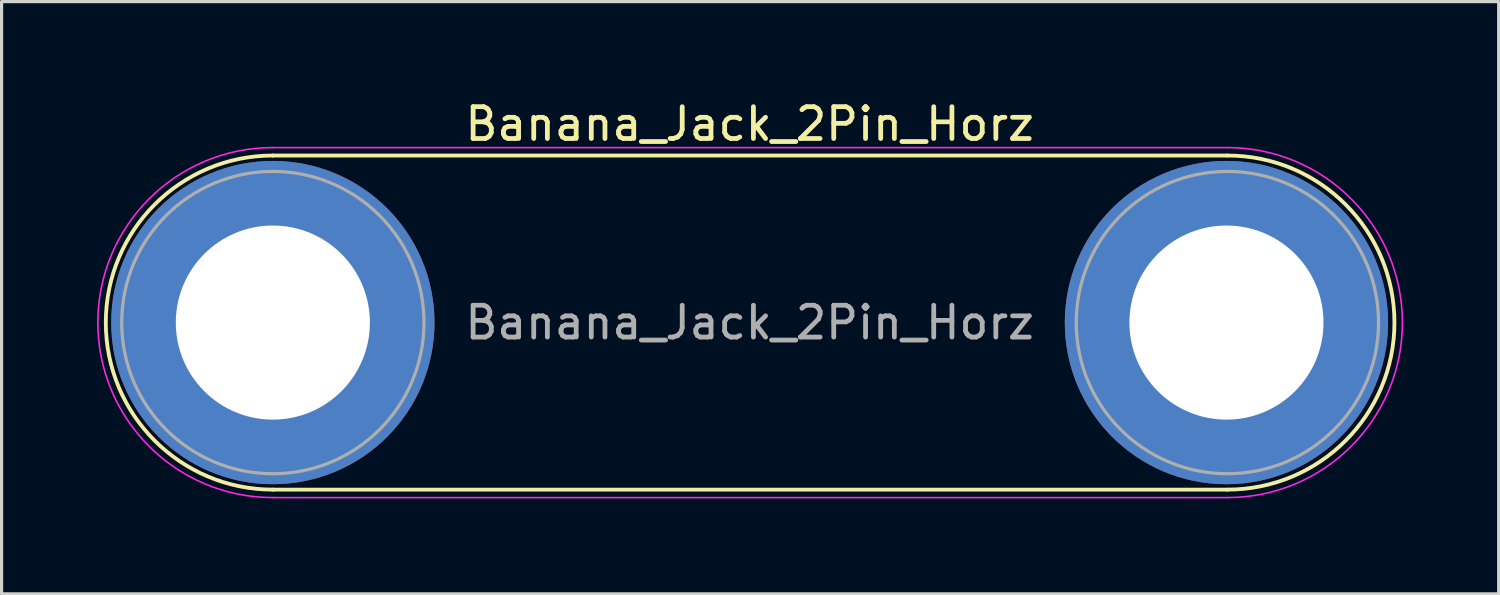
<source format=kicad_pcb>
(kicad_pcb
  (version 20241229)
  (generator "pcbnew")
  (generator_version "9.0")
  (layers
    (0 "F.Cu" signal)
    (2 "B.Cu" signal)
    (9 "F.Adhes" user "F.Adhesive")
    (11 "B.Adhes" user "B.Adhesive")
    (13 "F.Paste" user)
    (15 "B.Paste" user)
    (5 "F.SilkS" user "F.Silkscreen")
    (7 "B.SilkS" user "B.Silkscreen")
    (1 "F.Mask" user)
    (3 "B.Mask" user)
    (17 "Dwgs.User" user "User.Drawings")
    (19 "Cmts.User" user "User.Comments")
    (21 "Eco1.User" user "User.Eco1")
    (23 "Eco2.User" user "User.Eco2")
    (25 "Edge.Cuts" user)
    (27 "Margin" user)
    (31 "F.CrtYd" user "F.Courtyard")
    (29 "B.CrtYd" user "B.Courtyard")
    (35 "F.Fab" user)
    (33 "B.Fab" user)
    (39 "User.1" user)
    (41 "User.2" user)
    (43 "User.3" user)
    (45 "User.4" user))
  (footprint "Banana_Jack_2Pin_Horz"
    (layer "F.Cu")
    (at 5.525 7.088)
    (property "Reference" "Banana_Jack_2Pin_Horz" (at 14.985 -6.24 0) (layer "F.SilkS") (effects (font (size 1 1) (thickness 0.15))))
    (attr through_hole)
    (fp_line (start 0 5.25) (end 30 5.25) (stroke (width 0.12) (type solid)) (layer "F.SilkS"))
    (fp_line (start 30 -5.25) (end 0 -5.25) (stroke (width 0.12) (type solid)) (layer "F.SilkS"))
    (fp_arc (start 0 5.25) (mid -5.25 0) (end 0 -5.25) (stroke (width 0.12) (type solid)) (layer "F.SilkS"))
    (fp_arc (start 30 -5.25) (mid 35.25 0) (end 30 5.25) (stroke (width 0.12) (type solid)) (layer "F.SilkS"))
    (fp_line (start 0 5.5) (end 30 5.5) (stroke (width 0.05) (type solid)) (layer "F.CrtYd"))
    (fp_line (start 30 -5.5) (end 0 -5.5) (stroke (width 0.05) (type solid)) (layer "F.CrtYd"))
    (fp_arc (start 0 5.5) (mid -5.5 0) (end 0 -5.5) (stroke (width 0.05) (type solid)) (layer "F.CrtYd"))
    (fp_arc (start 30 -5.5) (mid 35.5 0) (end 30 5.5) (stroke (width 0.05) (type solid)) (layer "F.CrtYd"))
    (fp_circle (center 0 0) (end 2 0) (stroke (width 0.1) (type solid)) (fill no) (layer "F.Fab"))
    (fp_circle (center 0 0) (end 4.75 0) (stroke (width 0.1) (type solid)) (fill no) (layer "F.Fab"))
    (fp_circle (center 30 0) (end 32 0) (stroke (width 0.1) (type solid)) (fill no) (layer "F.Fab"))
    (fp_circle (center 30 0) (end 34.75 0) (stroke (width 0.1) (type solid)) (fill no) (layer "F.Fab"))
    (fp_text user "${REFERENCE}" (at 14.985 0 0) (layer "F.Fab") (effects (font (size 1 1) (thickness 0.15))))
    (pad "1" thru_hole circle (at 0 0) (size 10.16 10.16) (drill 6.1) (layers "*.Cu" "*.Mask"))
    (pad "2" thru_hole circle (at 29.97 0) (size 10.16 10.16) (drill 6.1) (layers "*.Cu" "*.Mask")))
  (gr_rect
    (start -3 -3)
    (end 44.05 15.613)
    (stroke (width 0.1) (type default))
    (fill no)
    (layer "Edge.Cuts")))
</source>
